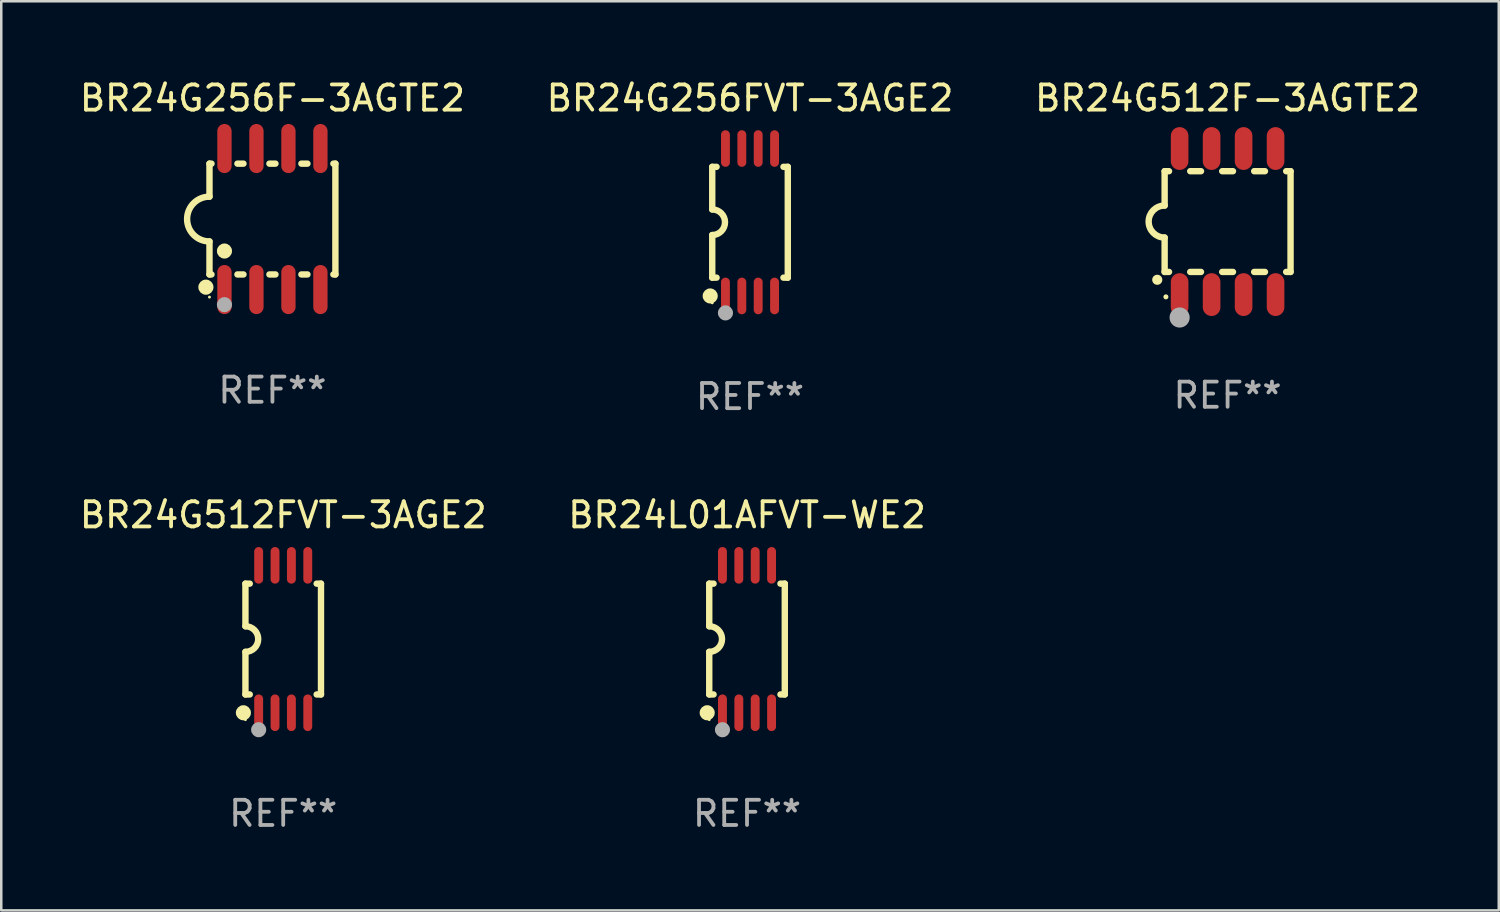
<source format=kicad_pcb>
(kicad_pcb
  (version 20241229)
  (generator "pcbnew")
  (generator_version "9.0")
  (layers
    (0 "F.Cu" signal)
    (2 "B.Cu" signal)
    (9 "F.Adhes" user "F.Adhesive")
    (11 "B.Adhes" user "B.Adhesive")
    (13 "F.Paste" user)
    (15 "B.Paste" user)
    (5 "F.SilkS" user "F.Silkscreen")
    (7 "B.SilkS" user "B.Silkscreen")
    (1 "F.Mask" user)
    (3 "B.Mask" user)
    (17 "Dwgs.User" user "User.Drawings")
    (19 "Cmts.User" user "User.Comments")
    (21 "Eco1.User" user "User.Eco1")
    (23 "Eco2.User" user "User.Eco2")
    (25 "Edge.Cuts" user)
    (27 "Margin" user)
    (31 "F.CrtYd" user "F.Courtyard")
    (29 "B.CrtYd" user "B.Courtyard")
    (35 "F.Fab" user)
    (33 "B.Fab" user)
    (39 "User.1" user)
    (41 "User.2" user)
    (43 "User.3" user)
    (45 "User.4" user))
  (footprint "BR24G256F-3AGTE2"
    (layer "F.Cu")
    (at 7.768 5.648)
    (property "Reference" "BR24G256F-3AGTE2" (at 0 -4.8 0) (layer "F.SilkS") (effects (font (size 1 1) (thickness 0.15))))
    (attr through_hole)
    (fp_line (start -2.5 -2.2) (end -2.5 -0.889) (stroke (width 0.254) (type solid)) (layer "F.SilkS"))
    (fp_line (start -2.5 2.2) (end -2.5 0.889) (stroke (width 0.254) (type solid)) (layer "F.SilkS"))
    (fp_line (start -2.42 -2.2) (end -2.5 -2.2) (stroke (width 0.254) (type solid)) (layer "F.SilkS"))
    (fp_line (start -2.42 2.2) (end -2.5 2.2) (stroke (width 0.254) (type solid)) (layer "F.SilkS"))
    (fp_line (start -1.15 -2.2) (end -1.39 -2.2) (stroke (width 0.254) (type solid)) (layer "F.SilkS"))
    (fp_line (start -1.15 2.2) (end -1.39 2.2) (stroke (width 0.254) (type solid)) (layer "F.SilkS"))
    (fp_line (start 0.12 -2.2) (end -0.12 -2.2) (stroke (width 0.254) (type solid)) (layer "F.SilkS"))
    (fp_line (start 0.12 2.2) (end -0.12 2.2) (stroke (width 0.254) (type solid)) (layer "F.SilkS"))
    (fp_line (start 1.39 -2.2) (end 1.15 -2.2) (stroke (width 0.254) (type solid)) (layer "F.SilkS"))
    (fp_line (start 1.39 2.2) (end 1.15 2.2) (stroke (width 0.254) (type solid)) (layer "F.SilkS"))
    (fp_line (start 2.5 -2.2) (end 2.42 -2.2) (stroke (width 0.254) (type solid)) (layer "F.SilkS"))
    (fp_line (start 2.5 -2.2) (end 2.5 2.2) (stroke (width 0.254) (type solid)) (layer "F.SilkS"))
    (fp_line (start 2.5 2.2) (end 2.42 2.2) (stroke (width 0.254) (type solid)) (layer "F.SilkS"))
    (fp_arc (start -2.5 0.889002) (mid -3.388367 -0.000318) (end -2.499365 -0.889002) (stroke (width 0.254001) (type solid)) (layer "F.SilkS"))
    (fp_circle (center -2.642 2.705) (end -2.491 2.705) (stroke (width 0.3) (type solid)) (fill no) (layer "F.SilkS"))
    (fp_circle (center -2.5 3.1) (end -2.47 3.1) (stroke (width 0.06) (type solid)) (fill no) (layer "F.SilkS"))
    (fp_circle (center -1.905 1.27) (end -1.755 1.27) (stroke (width 0.3) (type solid)) (fill no) (layer "F.SilkS"))
    (fp_circle (center -1.905 3.4) (end -1.755 3.4) (stroke (width 0.3) (type solid)) (fill no) (layer "F.Fab"))
    (fp_text user "REF**" (at 0 6.8 0) (layer "F.Fab") (effects (font (size 1 1) (thickness 0.15))))
    (pad "1" smd oval (at -1.905 2.8) (size 0.568 1.95) (layers "F.Cu" "F.Mask" "F.Paste"))
    (pad "2" smd oval (at -0.635 2.8) (size 0.568 1.95) (layers "F.Cu" "F.Mask" "F.Paste"))
    (pad "3" smd oval (at 0.635 2.8) (size 0.568 1.95) (layers "F.Cu" "F.Mask" "F.Paste"))
    (pad "4" smd oval (at 1.905 2.8) (size 0.568 1.95) (layers "F.Cu" "F.Mask" "F.Paste"))
    (pad "5" smd oval (at 1.905 -2.8) (size 0.568 1.95) (layers "F.Cu" "F.Mask" "F.Paste"))
    (pad "6" smd oval (at 0.635 -2.8) (size 0.568 1.95) (layers "F.Cu" "F.Mask" "F.Paste"))
    (pad "7" smd oval (at -0.635 -2.8) (size 0.568 1.95) (layers "F.Cu" "F.Mask" "F.Paste"))
    (pad "8" smd oval (at -1.905 -2.8) (size 0.568 1.95) (layers "F.Cu" "F.Mask" "F.Paste")))
  (footprint "BR24G512F-3AGTE2"
    (layer "F.Cu")
    (at 45.696 5.748)
    (property "Reference" "BR24G512F-3AGTE2" (at 0 -4.9 0) (layer "F.SilkS") (effects (font (size 1 1) (thickness 0.15))))
    (attr through_hole)
    (fp_line (start -2.5 -2) (end -2.5 -0.635) (stroke (width 0.254) (type solid)) (layer "F.SilkS"))
    (fp_line (start -2.5 -2) (end -2.326 -2) (stroke (width 0.254) (type solid)) (layer "F.SilkS"))
    (fp_line (start -2.5 2) (end -2.5 0.635) (stroke (width 0.254) (type solid)) (layer "F.SilkS"))
    (fp_line (start -2.5 2) (end -2.326 2) (stroke (width 0.254) (type solid)) (layer "F.SilkS"))
    (fp_line (start -1.484 -2) (end -1.056 -2) (stroke (width 0.254) (type solid)) (layer "F.SilkS"))
    (fp_line (start -1.484 2) (end -1.056 2) (stroke (width 0.254) (type solid)) (layer "F.SilkS"))
    (fp_line (start -0.214 -2) (end 0.214 -2) (stroke (width 0.254) (type solid)) (layer "F.SilkS"))
    (fp_line (start -0.214 2) (end 0.214 2) (stroke (width 0.254) (type solid)) (layer "F.SilkS"))
    (fp_line (start 1.056 -2) (end 1.484 -2) (stroke (width 0.254) (type solid)) (layer "F.SilkS"))
    (fp_line (start 1.056 2) (end 1.484 2) (stroke (width 0.254) (type solid)) (layer "F.SilkS"))
    (fp_line (start 2.326 -2) (end 2.5 -2) (stroke (width 0.254) (type solid)) (layer "F.SilkS"))
    (fp_line (start 2.326 2) (end 2.5 2) (stroke (width 0.254) (type solid)) (layer "F.SilkS"))
    (fp_line (start 2.5 -2) (end 2.5 2) (stroke (width 0.254) (type solid)) (layer "F.SilkS"))
    (fp_arc (start -2.794006 2.311405) (mid -2.792736 2.311401) (end -2.791466 2.311405) (stroke (width 0.4) (type solid)) (layer "F.SilkS"))
    (fp_arc (start -2.5 0.635001) (mid -3.134366 -0.000318) (end -2.499365 -0.635001) (stroke (width 0.254001) (type solid)) (layer "F.SilkS"))
    (fp_circle (center -2.45 2.99) (end -2.4 2.99) (stroke (width 0.1) (type solid)) (fill no) (layer "F.SilkS"))
    (fp_circle (center -1.905 3.81) (end -1.705 3.81) (stroke (width 0.4) (type solid)) (fill no) (layer "F.Fab"))
    (fp_text user "REF**" (at 0 6.9 0) (layer "F.Fab") (effects (font (size 1 1) (thickness 0.15))))
    (pad "1" smd oval (at -1.905 2.9 180) (size 0.7 1.7) (layers "F.Cu" "F.Mask" "F.Paste"))
    (pad "2" smd oval (at -0.635 2.9 180) (size 0.7 1.7) (layers "F.Cu" "F.Mask" "F.Paste"))
    (pad "3" smd oval (at 0.635 2.9 180) (size 0.7 1.7) (layers "F.Cu" "F.Mask" "F.Paste"))
    (pad "4" smd oval (at 1.905 2.9 180) (size 0.7 1.7) (layers "F.Cu" "F.Mask" "F.Paste"))
    (pad "5" smd oval (at 1.905 -2.9 180) (size 0.7 1.7) (layers "F.Cu" "F.Mask" "F.Paste"))
    (pad "6" smd oval (at 0.635 -2.9 180) (size 0.7 1.7) (layers "F.Cu" "F.Mask" "F.Paste"))
    (pad "7" smd oval (at -0.635 -2.9 180) (size 0.7 1.7) (layers "F.Cu" "F.Mask" "F.Paste"))
    (pad "8" smd oval (at -1.905 -2.9 180) (size 0.7 1.7) (layers "F.Cu" "F.Mask" "F.Paste")))
  (footprint "BR24G512FVT-3AGE2"
    (layer "F.Cu")
    (at 8.196 22.326)
    (property "Reference" "BR24G512FVT-3AGE2" (at 0 -4.927 0) (layer "F.SilkS") (effects (font (size 1 1) (thickness 0.15))))
    (attr through_hole)
    (fp_line (start -1.5 -2.2) (end -1.5 -0.508) (stroke (width 0.254) (type solid)) (layer "F.SilkS"))
    (fp_line (start -1.5 -2.2) (end -1.328 -2.2) (stroke (width 0.254) (type solid)) (layer "F.SilkS"))
    (fp_line (start -1.5 2.2) (end -1.5 0.508) (stroke (width 0.254) (type solid)) (layer "F.SilkS"))
    (fp_line (start -1.5 2.2) (end -1.328 2.2) (stroke (width 0.254) (type solid)) (layer "F.SilkS"))
    (fp_line (start 1.328 -2.2) (end 1.5 -2.2) (stroke (width 0.254) (type solid)) (layer "F.SilkS"))
    (fp_line (start 1.328 2.2) (end 1.5 2.2) (stroke (width 0.254) (type solid)) (layer "F.SilkS"))
    (fp_line (start 1.5 -2.2) (end 1.5 2.2) (stroke (width 0.254) (type solid)) (layer "F.SilkS"))
    (fp_arc (start -1.501144 -0.508) (mid -0.993143 -0.000571) (end -1.5 0.508001) (stroke (width 0.254001) (type solid)) (layer "F.SilkS"))
    (fp_circle (center -1.581 2.927) (end -1.431 2.927) (stroke (width 0.3) (type solid)) (fill no) (layer "F.SilkS"))
    (fp_circle (center -1.5 3.2) (end -1.47 3.2) (stroke (width 0.06) (type solid)) (fill no) (layer "F.SilkS"))
    (fp_circle (center -0.975 3.6) (end -0.825 3.6) (stroke (width 0.3) (type solid)) (fill no) (layer "F.Fab"))
    (fp_text user "REF**" (at 0 6.927 0) (layer "F.Fab") (effects (font (size 1 1) (thickness 0.15))))
    (pad "1" smd oval (at -0.975 2.927) (size 0.353 1.454) (layers "F.Cu" "F.Mask" "F.Paste"))
    (pad "2" smd oval (at -0.325 2.927) (size 0.353 1.454) (layers "F.Cu" "F.Mask" "F.Paste"))
    (pad "3" smd oval (at 0.325 2.927) (size 0.353 1.454) (layers "F.Cu" "F.Mask" "F.Paste"))
    (pad "4" smd oval (at 0.975 2.927) (size 0.353 1.454) (layers "F.Cu" "F.Mask" "F.Paste"))
    (pad "5" smd oval (at 0.975 -2.927) (size 0.353 1.454) (layers "F.Cu" "F.Mask" "F.Paste"))
    (pad "6" smd oval (at 0.325 -2.927) (size 0.353 1.454) (layers "F.Cu" "F.Mask" "F.Paste"))
    (pad "7" smd oval (at -0.325 -2.927) (size 0.353 1.454) (layers "F.Cu" "F.Mask" "F.Paste"))
    (pad "8" smd oval (at -0.975 -2.927) (size 0.353 1.454) (layers "F.Cu" "F.Mask" "F.Paste")))
  (footprint "BR24L01AFVT-WE2"
    (layer "F.Cu")
    (at 26.613 22.326)
    (property "Reference" "BR24L01AFVT-WE2" (at 0 -4.927 0) (layer "F.SilkS") (effects (font (size 1 1) (thickness 0.15))))
    (attr through_hole)
    (fp_line (start -1.5 -2.2) (end -1.5 -0.508) (stroke (width 0.254) (type solid)) (layer "F.SilkS"))
    (fp_line (start -1.5 -2.2) (end -1.328 -2.2) (stroke (width 0.254) (type solid)) (layer "F.SilkS"))
    (fp_line (start -1.5 2.2) (end -1.5 0.508) (stroke (width 0.254) (type solid)) (layer "F.SilkS"))
    (fp_line (start -1.5 2.2) (end -1.328 2.2) (stroke (width 0.254) (type solid)) (layer "F.SilkS"))
    (fp_line (start 1.328 -2.2) (end 1.5 -2.2) (stroke (width 0.254) (type solid)) (layer "F.SilkS"))
    (fp_line (start 1.328 2.2) (end 1.5 2.2) (stroke (width 0.254) (type solid)) (layer "F.SilkS"))
    (fp_line (start 1.5 -2.2) (end 1.5 2.2) (stroke (width 0.254) (type solid)) (layer "F.SilkS"))
    (fp_arc (start -1.501144 -0.508) (mid -0.993143 -0.000571) (end -1.5 0.508001) (stroke (width 0.254001) (type solid)) (layer "F.SilkS"))
    (fp_circle (center -1.581 2.927) (end -1.431 2.927) (stroke (width 0.3) (type solid)) (fill no) (layer "F.SilkS"))
    (fp_circle (center -1.5 3.2) (end -1.47 3.2) (stroke (width 0.06) (type solid)) (fill no) (layer "F.SilkS"))
    (fp_circle (center -0.975 3.6) (end -0.825 3.6) (stroke (width 0.3) (type solid)) (fill no) (layer "F.Fab"))
    (fp_text user "REF**" (at 0 6.927 0) (layer "F.Fab") (effects (font (size 1 1) (thickness 0.15))))
    (pad "1" smd oval (at -0.975 2.927) (size 0.353 1.454) (layers "F.Cu" "F.Mask" "F.Paste"))
    (pad "2" smd oval (at -0.325 2.927) (size 0.353 1.454) (layers "F.Cu" "F.Mask" "F.Paste"))
    (pad "3" smd oval (at 0.325 2.927) (size 0.353 1.454) (layers "F.Cu" "F.Mask" "F.Paste"))
    (pad "4" smd oval (at 0.975 2.927) (size 0.353 1.454) (layers "F.Cu" "F.Mask" "F.Paste"))
    (pad "5" smd oval (at 0.975 -2.927) (size 0.353 1.454) (layers "F.Cu" "F.Mask" "F.Paste"))
    (pad "6" smd oval (at 0.325 -2.927) (size 0.353 1.454) (layers "F.Cu" "F.Mask" "F.Paste"))
    (pad "7" smd oval (at -0.325 -2.927) (size 0.353 1.454) (layers "F.Cu" "F.Mask" "F.Paste"))
    (pad "8" smd oval (at -0.975 -2.927) (size 0.353 1.454) (layers "F.Cu" "F.Mask" "F.Paste")))
  (footprint "BR24G256FVT-3AGE2"
    (layer "F.Cu")
    (at 26.732 5.775)
    (property "Reference" "BR24G256FVT-3AGE2" (at 0 -4.927 0) (layer "F.SilkS") (effects (font (size 1 1) (thickness 0.15))))
    (attr through_hole)
    (fp_line (start -1.5 -2.2) (end -1.5 -0.508) (stroke (width 0.254) (type solid)) (layer "F.SilkS"))
    (fp_line (start -1.5 -2.2) (end -1.328 -2.2) (stroke (width 0.254) (type solid)) (layer "F.SilkS"))
    (fp_line (start -1.5 2.2) (end -1.5 0.508) (stroke (width 0.254) (type solid)) (layer "F.SilkS"))
    (fp_line (start -1.5 2.2) (end -1.328 2.2) (stroke (width 0.254) (type solid)) (layer "F.SilkS"))
    (fp_line (start 1.328 -2.2) (end 1.5 -2.2) (stroke (width 0.254) (type solid)) (layer "F.SilkS"))
    (fp_line (start 1.328 2.2) (end 1.5 2.2) (stroke (width 0.254) (type solid)) (layer "F.SilkS"))
    (fp_line (start 1.5 -2.2) (end 1.5 2.2) (stroke (width 0.254) (type solid)) (layer "F.SilkS"))
    (fp_arc (start -1.501144 -0.508) (mid -0.993143 -0.000571) (end -1.5 0.508001) (stroke (width 0.254001) (type solid)) (layer "F.SilkS"))
    (fp_circle (center -1.581 2.927) (end -1.431 2.927) (stroke (width 0.3) (type solid)) (fill no) (layer "F.SilkS"))
    (fp_circle (center -1.5 3.2) (end -1.47 3.2) (stroke (width 0.06) (type solid)) (fill no) (layer "F.SilkS"))
    (fp_circle (center -0.975 3.6) (end -0.825 3.6) (stroke (width 0.3) (type solid)) (fill no) (layer "F.Fab"))
    (fp_text user "REF**" (at 0 6.927 0) (layer "F.Fab") (effects (font (size 1 1) (thickness 0.15))))
    (pad "1" smd oval (at -0.975 2.927) (size 0.353 1.454) (layers "F.Cu" "F.Mask" "F.Paste"))
    (pad "2" smd oval (at -0.325 2.927) (size 0.353 1.454) (layers "F.Cu" "F.Mask" "F.Paste"))
    (pad "3" smd oval (at 0.325 2.927) (size 0.353 1.454) (layers "F.Cu" "F.Mask" "F.Paste"))
    (pad "4" smd oval (at 0.975 2.927) (size 0.353 1.454) (layers "F.Cu" "F.Mask" "F.Paste"))
    (pad "5" smd oval (at 0.975 -2.927) (size 0.353 1.454) (layers "F.Cu" "F.Mask" "F.Paste"))
    (pad "6" smd oval (at 0.325 -2.927) (size 0.353 1.454) (layers "F.Cu" "F.Mask" "F.Paste"))
    (pad "7" smd oval (at -0.325 -2.927) (size 0.353 1.454) (layers "F.Cu" "F.Mask" "F.Paste"))
    (pad "8" smd oval (at -0.975 -2.927) (size 0.353 1.454) (layers "F.Cu" "F.Mask" "F.Paste")))
  (gr_rect
    (start -3 -3)
    (end 56.464 33.101)
    (stroke (width 0.1) (type default))
    (fill no)
    (layer "Edge.Cuts")))
</source>
